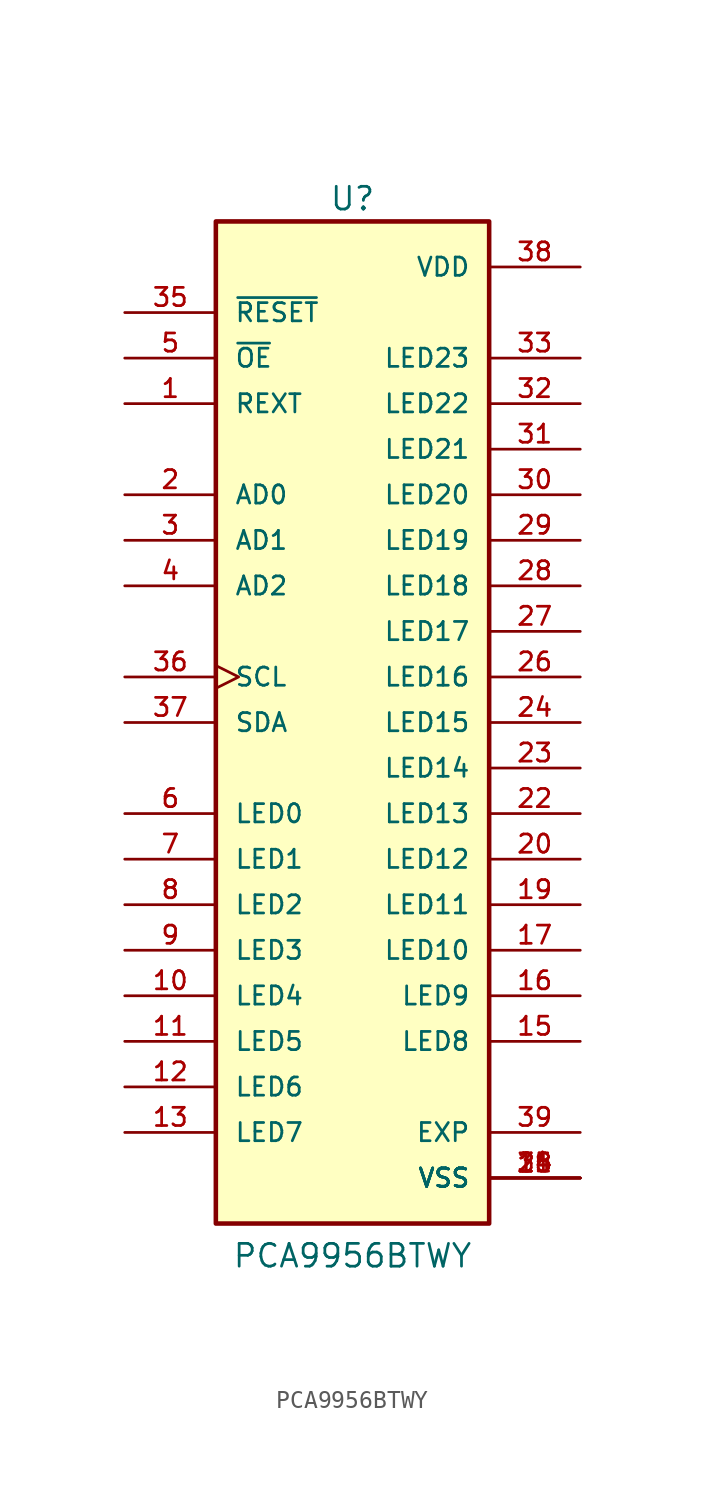
<source format=kicad_sym>
(kicad_symbol_lib
  (version 20211014)
  (generator kicad_symbol_editor)
  (symbol "PCA9956BTWY"
    (pin_names
      (offset 1.016))
    (property "Reference" "U"
      (at 0 29.21 0)
      (effects (font (size 1.27 1.27))))
    (property "Value" "PCA9956BTWY"
      (at 0 -30.48 0)
      (effects (font (size 1.27 1.27)) (justify bottom)))
    (property "ki_locked" ""
      (at 0 0 0)
      (effects (font (size 1.27 1.27))))
    (symbol "PCA9956BTWY_0_0"
      (rectangle (start -7.62 27.94) (end 7.62 -27.94) (stroke (width 0.254) (type default) (color 0 0 0 0)) (fill (type background)))
      (pin input line (at -12.7 17.78 0) (length 5.08) (name "REXT" (effects (font (size 1.016 1.016)))) (number "1" (effects (font (size 1.016 1.016)))))
      (pin output line (at -12.7 -15.24 0) (length 5.08) (name "LED4" (effects (font (size 1.016 1.016)))) (number "10" (effects (font (size 1.016 1.016)))))
      (pin output line (at -12.7 -17.78 0) (length 5.08) (name "LED5" (effects (font (size 1.016 1.016)))) (number "11" (effects (font (size 1.016 1.016)))))
      (pin output line (at -12.7 -20.32 0) (length 5.08) (name "LED6" (effects (font (size 1.016 1.016)))) (number "12" (effects (font (size 1.016 1.016)))))
      (pin output line (at -12.7 -22.86 0) (length 5.08) (name "LED7" (effects (font (size 1.016 1.016)))) (number "13" (effects (font (size 1.016 1.016)))))
      (pin power_in line (at 12.7 -25.4 180) (length 5.08) (name "VSS" (effects (font (size 1.016 1.016)))) (number "14" (effects (font (size 1.016 1.016)))))
      (pin output line (at 12.7 -17.78 180) (length 5.08) (name "LED8" (effects (font (size 1.016 1.016)))) (number "15" (effects (font (size 1.016 1.016)))))
      (pin output line (at 12.7 -15.24 180) (length 5.08) (name "LED9" (effects (font (size 1.016 1.016)))) (number "16" (effects (font (size 1.016 1.016)))))
      (pin output line (at 12.7 -12.7 180) (length 5.08) (name "LED10" (effects (font (size 1.016 1.016)))) (number "17" (effects (font (size 1.016 1.016)))))
      (pin power_in line (at 12.7 -25.4 180) (length 5.08) (name "VSS" (effects (font (size 1.016 1.016)))) (number "18" (effects (font (size 1.016 1.016)))))
      (pin output line (at 12.7 -10.16 180) (length 5.08) (name "LED11" (effects (font (size 1.016 1.016)))) (number "19" (effects (font (size 1.016 1.016)))))
      (pin input line (at -12.7 12.7 0) (length 5.08) (name "AD0" (effects (font (size 1.016 1.016)))) (number "2" (effects (font (size 1.016 1.016)))))
      (pin output line (at 12.7 -7.62 180) (length 5.08) (name "LED12" (effects (font (size 1.016 1.016)))) (number "20" (effects (font (size 1.016 1.016)))))
      (pin power_in line (at 12.7 -25.4 180) (length 5.08) (name "VSS" (effects (font (size 1.016 1.016)))) (number "21" (effects (font (size 1.016 1.016)))))
      (pin output line (at 12.7 -5.08 180) (length 5.08) (name "LED13" (effects (font (size 1.016 1.016)))) (number "22" (effects (font (size 1.016 1.016)))))
      (pin output line (at 12.7 -2.54 180) (length 5.08) (name "LED14" (effects (font (size 1.016 1.016)))) (number "23" (effects (font (size 1.016 1.016)))))
      (pin output line (at 12.7 0 180) (length 5.08) (name "LED15" (effects (font (size 1.016 1.016)))) (number "24" (effects (font (size 1.016 1.016)))))
      (pin power_in line (at 12.7 -25.4 180) (length 5.08) (name "VSS" (effects (font (size 1.016 1.016)))) (number "25" (effects (font (size 1.016 1.016)))))
      (pin output line (at 12.7 2.54 180) (length 5.08) (name "LED16" (effects (font (size 1.016 1.016)))) (number "26" (effects (font (size 1.016 1.016)))))
      (pin output line (at 12.7 5.08 180) (length 5.08) (name "LED17" (effects (font (size 1.016 1.016)))) (number "27" (effects (font (size 1.016 1.016)))))
      (pin output line (at 12.7 7.62 180) (length 5.08) (name "LED18" (effects (font (size 1.016 1.016)))) (number "28" (effects (font (size 1.016 1.016)))))
      (pin output line (at 12.7 10.16 180) (length 5.08) (name "LED19" (effects (font (size 1.016 1.016)))) (number "29" (effects (font (size 1.016 1.016)))))
      (pin input line (at -12.7 10.16 0) (length 5.08) (name "AD1" (effects (font (size 1.016 1.016)))) (number "3" (effects (font (size 1.016 1.016)))))
      (pin output line (at 12.7 12.7 180) (length 5.08) (name "LED20" (effects (font (size 1.016 1.016)))) (number "30" (effects (font (size 1.016 1.016)))))
      (pin output line (at 12.7 15.24 180) (length 5.08) (name "LED21" (effects (font (size 1.016 1.016)))) (number "31" (effects (font (size 1.016 1.016)))))
      (pin output line (at 12.7 17.78 180) (length 5.08) (name "LED22" (effects (font (size 1.016 1.016)))) (number "32" (effects (font (size 1.016 1.016)))))
      (pin output line (at 12.7 20.32 180) (length 5.08) (name "LED23" (effects (font (size 1.016 1.016)))) (number "33" (effects (font (size 1.016 1.016)))))
      (pin power_in line (at 12.7 -25.4 180) (length 5.08) (name "VSS" (effects (font (size 1.016 1.016)))) (number "34" (effects (font (size 1.016 1.016)))))
      (pin input line (at -12.7 22.86 0) (length 5.08) (name "~{RESET}" (effects (font (size 1.016 1.016)))) (number "35" (effects (font (size 1.016 1.016)))))
      (pin input clock (at -12.7 2.54 0) (length 5.08) (name "SCL" (effects (font (size 1.016 1.016)))) (number "36" (effects (font (size 1.016 1.016)))))
      (pin bidirectional line (at -12.7 0 0) (length 5.08) (name "SDA" (effects (font (size 1.016 1.016)))) (number "37" (effects (font (size 1.016 1.016)))))
      (pin power_in line (at 12.7 25.4 180) (length 5.08) (name "VDD" (effects (font (size 1.016 1.016)))) (number "38" (effects (font (size 1.016 1.016)))))
      (pin power_in line (at 12.7 -22.86 180) (length 5.08) (name "EXP" (effects (font (size 1.016 1.016)))) (number "39" (effects (font (size 1.016 1.016)))))
      (pin input line (at -12.7 7.62 0) (length 5.08) (name "AD2" (effects (font (size 1.016 1.016)))) (number "4" (effects (font (size 1.016 1.016)))))
      (pin input line (at -12.7 20.32 0) (length 5.08) (name "~{OE}" (effects (font (size 1.016 1.016)))) (number "5" (effects (font (size 1.016 1.016)))))
      (pin output line (at -12.7 -5.08 0) (length 5.08) (name "LED0" (effects (font (size 1.016 1.016)))) (number "6" (effects (font (size 1.016 1.016)))))
      (pin output line (at -12.7 -7.62 0) (length 5.08) (name "LED1" (effects (font (size 1.016 1.016)))) (number "7" (effects (font (size 1.016 1.016)))))
      (pin output line (at -12.7 -10.16 0) (length 5.08) (name "LED2" (effects (font (size 1.016 1.016)))) (number "8" (effects (font (size 1.016 1.016)))))
      (pin output line (at -12.7 -12.7 0) (length 5.08) (name "LED3" (effects (font (size 1.016 1.016)))) (number "9" (effects (font (size 1.016 1.016))))))))
</source>
